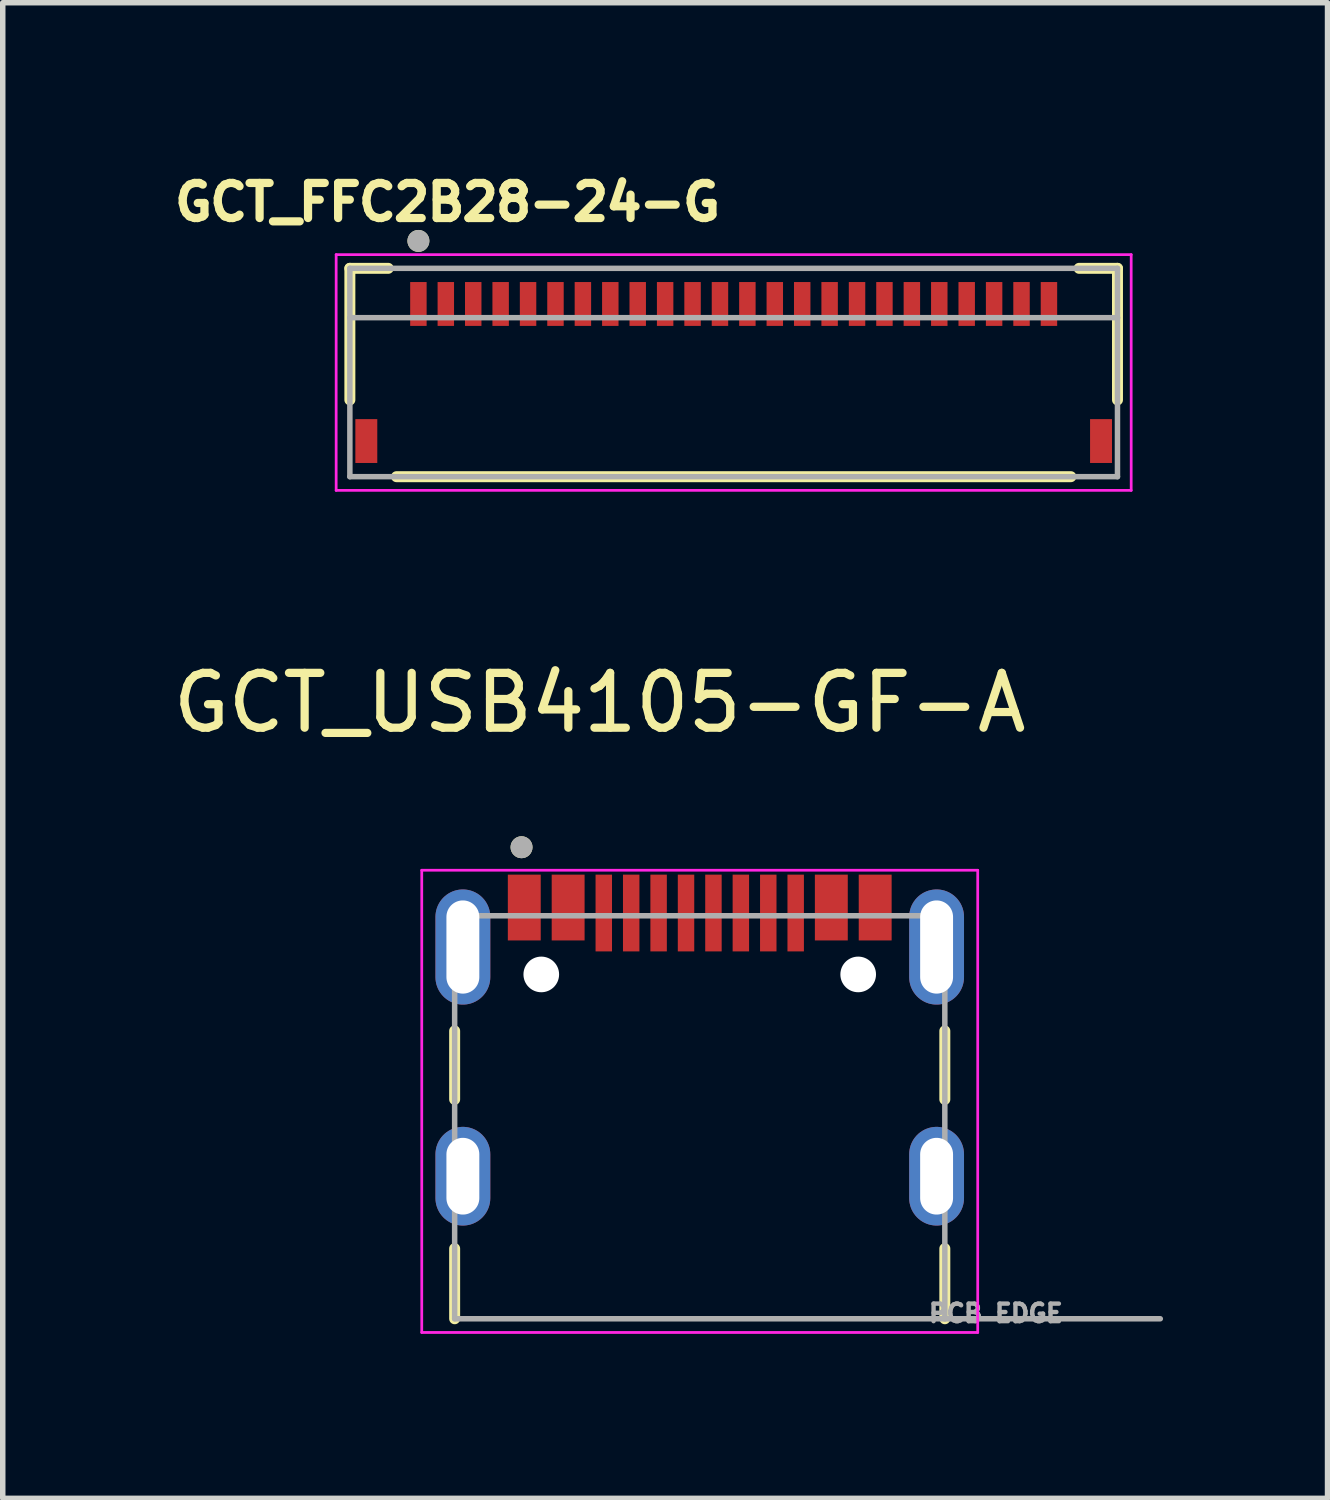
<source format=kicad_pcb>
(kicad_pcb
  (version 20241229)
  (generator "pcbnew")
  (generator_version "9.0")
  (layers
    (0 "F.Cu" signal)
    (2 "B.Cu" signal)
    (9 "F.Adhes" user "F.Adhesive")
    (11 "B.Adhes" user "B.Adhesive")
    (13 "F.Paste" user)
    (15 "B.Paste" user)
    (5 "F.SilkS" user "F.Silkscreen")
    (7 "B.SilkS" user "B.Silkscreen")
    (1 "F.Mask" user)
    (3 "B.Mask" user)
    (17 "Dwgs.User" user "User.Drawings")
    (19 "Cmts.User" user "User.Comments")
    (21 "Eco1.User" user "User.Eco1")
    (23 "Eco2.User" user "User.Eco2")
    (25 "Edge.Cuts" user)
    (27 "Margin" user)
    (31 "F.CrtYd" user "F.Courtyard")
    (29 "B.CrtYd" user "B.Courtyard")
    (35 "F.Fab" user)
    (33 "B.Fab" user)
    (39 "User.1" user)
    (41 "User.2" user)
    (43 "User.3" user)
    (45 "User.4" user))
  (footprint "GCT_FFC2B28-24-G"
    (layer "F.Cu")
    (at 10.331 3.744)
    (property "Reference" "GCT_FFC2B28-24-G" (at -5.218 -3.106 0) (layer "F.SilkS") (effects (font (size 0.64 0.64) (thickness 0.15))))
    (attr smd)
    (fp_line (start -7 -1.9) (end -6.3 -1.9) (stroke (width 0.2) (type solid)) (layer "F.SilkS"))
    (fp_line (start -7 0.5) (end -7 -1.9) (stroke (width 0.2) (type solid)) (layer "F.SilkS"))
    (fp_line (start -6.15 1.9) (end 6.15 1.9) (stroke (width 0.2) (type solid)) (layer "F.SilkS"))
    (fp_line (start 6.3 -1.9) (end 7 -1.9) (stroke (width 0.2) (type solid)) (layer "F.SilkS"))
    (fp_line (start 7 -1.9) (end 7 0.5) (stroke (width 0.2) (type solid)) (layer "F.SilkS"))
    (fp_circle (center -5.75 -2.4) (end -5.65 -2.4) (stroke (width 0.2) (type solid)) (fill no) (layer "F.SilkS"))
    (fp_line (start -7.25 -2.15) (end -7.25 2.15) (stroke (width 0.05) (type solid)) (layer "F.CrtYd"))
    (fp_line (start -7.25 2.15) (end 7.25 2.15) (stroke (width 0.05) (type solid)) (layer "F.CrtYd"))
    (fp_line (start 7.25 -2.15) (end -7.25 -2.15) (stroke (width 0.05) (type solid)) (layer "F.CrtYd"))
    (fp_line (start 7.25 2.15) (end 7.25 -2.15) (stroke (width 0.05) (type solid)) (layer "F.CrtYd"))
    (fp_line (start -7 -1.9) (end 7 -1.9) (stroke (width 0.1) (type solid)) (layer "F.Fab"))
    (fp_line (start -7 -1) (end -7 -1.9) (stroke (width 0.1) (type solid)) (layer "F.Fab"))
    (fp_line (start -7 -1) (end 7 -1) (stroke (width 0.1) (type solid)) (layer "F.Fab"))
    (fp_line (start -7 1.9) (end -7 -1) (stroke (width 0.1) (type solid)) (layer "F.Fab"))
    (fp_line (start 7 -1.9) (end 7 -1) (stroke (width 0.1) (type solid)) (layer "F.Fab"))
    (fp_line (start 7 -1) (end 7 1.9) (stroke (width 0.1) (type solid)) (layer "F.Fab"))
    (fp_line (start 7 1.9) (end -7 1.9) (stroke (width 0.1) (type solid)) (layer "F.Fab"))
    (fp_circle (center -5.75 -2.4) (end -5.65 -2.4) (stroke (width 0.2) (type solid)) (fill no) (layer "F.Fab"))
    (pad "1" smd rect (at -5.75 -1.25) (size 0.3 0.8) (layers "F.Cu" "F.Mask" "F.Paste"))
    (pad "2" smd rect (at -5.25 -1.25) (size 0.3 0.8) (layers "F.Cu" "F.Mask" "F.Paste"))
    (pad "3" smd rect (at -4.75 -1.25) (size 0.3 0.8) (layers "F.Cu" "F.Mask" "F.Paste"))
    (pad "4" smd rect (at -4.25 -1.25) (size 0.3 0.8) (layers "F.Cu" "F.Mask" "F.Paste"))
    (pad "5" smd rect (at -3.75 -1.25) (size 0.3 0.8) (layers "F.Cu" "F.Mask" "F.Paste"))
    (pad "6" smd rect (at -3.25 -1.25) (size 0.3 0.8) (layers "F.Cu" "F.Mask" "F.Paste"))
    (pad "7" smd rect (at -2.75 -1.25) (size 0.3 0.8) (layers "F.Cu" "F.Mask" "F.Paste"))
    (pad "8" smd rect (at -2.25 -1.25) (size 0.3 0.8) (layers "F.Cu" "F.Mask" "F.Paste"))
    (pad "9" smd rect (at -1.75 -1.25) (size 0.3 0.8) (layers "F.Cu" "F.Mask" "F.Paste"))
    (pad "10" smd rect (at -1.25 -1.25) (size 0.3 0.8) (layers "F.Cu" "F.Mask" "F.Paste"))
    (pad "11" smd rect (at -0.75 -1.25) (size 0.3 0.8) (layers "F.Cu" "F.Mask" "F.Paste"))
    (pad "12" smd rect (at -0.25 -1.25) (size 0.3 0.8) (layers "F.Cu" "F.Mask" "F.Paste"))
    (pad "13" smd rect (at 0.25 -1.25) (size 0.3 0.8) (layers "F.Cu" "F.Mask" "F.Paste"))
    (pad "14" smd rect (at 0.75 -1.25) (size 0.3 0.8) (layers "F.Cu" "F.Mask" "F.Paste"))
    (pad "15" smd rect (at 1.25 -1.25) (size 0.3 0.8) (layers "F.Cu" "F.Mask" "F.Paste"))
    (pad "16" smd rect (at 1.75 -1.25) (size 0.3 0.8) (layers "F.Cu" "F.Mask" "F.Paste"))
    (pad "17" smd rect (at 2.25 -1.25) (size 0.3 0.8) (layers "F.Cu" "F.Mask" "F.Paste"))
    (pad "18" smd rect (at 2.75 -1.25) (size 0.3 0.8) (layers "F.Cu" "F.Mask" "F.Paste"))
    (pad "19" smd rect (at 3.25 -1.25) (size 0.3 0.8) (layers "F.Cu" "F.Mask" "F.Paste"))
    (pad "20" smd rect (at 3.75 -1.25) (size 0.3 0.8) (layers "F.Cu" "F.Mask" "F.Paste"))
    (pad "21" smd rect (at 4.25 -1.25) (size 0.3 0.8) (layers "F.Cu" "F.Mask" "F.Paste"))
    (pad "22" smd rect (at 4.75 -1.25) (size 0.3 0.8) (layers "F.Cu" "F.Mask" "F.Paste"))
    (pad "23" smd rect (at 5.25 -1.25) (size 0.3 0.8) (layers "F.Cu" "F.Mask" "F.Paste"))
    (pad "24" smd rect (at 5.75 -1.25) (size 0.3 0.8) (layers "F.Cu" "F.Mask" "F.Paste"))
    (pad "S1" smd rect (at -6.7 1.25) (size 0.4 0.8) (layers "F.Cu" "F.Mask" "F.Paste"))
    (pad "S2" smd rect (at 6.7 1.25) (size 0.4 0.8) (layers "F.Cu" "F.Mask" "F.Paste")))
  (footprint "GCT_USB4105-GF-A"
    (layer "F.Cu")
    (at 9.712 18.402)
    (property "Reference" "GCT_USB4105-GF-A" (at -1.825 -8.635 0) (layer "F.SilkS") (effects (font (size 1 1) (thickness 0.15))))
    (attr smd)
    (fp_poly (pts (xy -3.55 -5.38) (xy -2.85 -5.38) (xy -2.85 -4.13) (xy -3.55 -4.13)) (stroke (width 0.01) (type solid)) (fill yes) (layer "F.Mask"))
    (fp_poly (pts (xy -2.75 -5.38) (xy -2.05 -5.38) (xy -2.05 -4.13) (xy -2.75 -4.13)) (stroke (width 0.01) (type solid)) (fill yes) (layer "F.Mask"))
    (fp_poly (pts (xy -1.95 -5.38) (xy -1.55 -5.38) (xy -1.55 -4.13) (xy -1.95 -4.13)) (stroke (width 0.01) (type solid)) (fill yes) (layer "F.Mask"))
    (fp_poly (pts (xy -1.45 -5.38) (xy -1.05 -5.38) (xy -1.05 -4.13) (xy -1.45 -4.13)) (stroke (width 0.01) (type solid)) (fill yes) (layer "F.Mask"))
    (fp_poly (pts (xy -0.95 -5.38) (xy -0.55 -5.38) (xy -0.55 -4.13) (xy -0.95 -4.13)) (stroke (width 0.01) (type solid)) (fill yes) (layer "F.Mask"))
    (fp_poly (pts (xy -0.45 -5.38) (xy -0.05 -5.38) (xy -0.05 -4.13) (xy -0.45 -4.13)) (stroke (width 0.01) (type solid)) (fill yes) (layer "F.Mask"))
    (fp_poly (pts (xy 0.05 -5.38) (xy 0.45 -5.38) (xy 0.45 -4.13) (xy 0.05 -4.13)) (stroke (width 0.01) (type solid)) (fill yes) (layer "F.Mask"))
    (fp_poly (pts (xy 0.55 -5.38) (xy 0.95 -5.38) (xy 0.95 -4.13) (xy 0.55 -4.13)) (stroke (width 0.01) (type solid)) (fill yes) (layer "F.Mask"))
    (fp_poly (pts (xy 1.05 -5.38) (xy 1.45 -5.38) (xy 1.45 -4.13) (xy 1.05 -4.13)) (stroke (width 0.01) (type solid)) (fill yes) (layer "F.Mask"))
    (fp_poly (pts (xy 1.55 -5.38) (xy 1.95 -5.38) (xy 1.95 -4.13) (xy 1.55 -4.13)) (stroke (width 0.01) (type solid)) (fill yes) (layer "F.Mask"))
    (fp_poly (pts (xy 2.05 -5.38) (xy 2.75 -5.38) (xy 2.75 -4.13) (xy 2.05 -4.13)) (stroke (width 0.01) (type solid)) (fill yes) (layer "F.Mask"))
    (fp_poly (pts (xy 2.85 -5.38) (xy 3.55 -5.38) (xy 3.55 -4.13) (xy 2.85 -4.13)) (stroke (width 0.01) (type solid)) (fill yes) (layer "F.Mask"))
    (fp_line (start -4.47 -2.65) (end -4.47 -1.4) (stroke (width 0.2) (type solid)) (layer "F.SilkS"))
    (fp_line (start -4.47 1.32) (end -4.47 2.6) (stroke (width 0.2) (type solid)) (layer "F.SilkS"))
    (fp_line (start 4.47 -2.65) (end 4.47 -1.4) (stroke (width 0.2) (type solid)) (layer "F.SilkS"))
    (fp_line (start 4.47 2.6) (end 4.47 1.32) (stroke (width 0.2) (type solid)) (layer "F.SilkS"))
    (fp_circle (center -3.25 -6) (end -3.15 -6) (stroke (width 0.2) (type solid)) (fill no) (layer "F.SilkS"))
    (fp_line (start -5.07 -5.58) (end -5.07 2.85) (stroke (width 0.05) (type solid)) (layer "F.CrtYd"))
    (fp_line (start -5.07 2.85) (end 5.07 2.85) (stroke (width 0.05) (type solid)) (layer "F.CrtYd"))
    (fp_line (start 5.07 -5.58) (end -5.07 -5.58) (stroke (width 0.05) (type solid)) (layer "F.CrtYd"))
    (fp_line (start 5.07 2.85) (end 5.07 -5.58) (stroke (width 0.05) (type solid)) (layer "F.CrtYd"))
    (fp_line (start -4.47 -4.75) (end 4.47 -4.75) (stroke (width 0.1) (type solid)) (layer "F.Fab"))
    (fp_line (start -4.47 2.6) (end -4.47 -4.75) (stroke (width 0.1) (type solid)) (layer "F.Fab"))
    (fp_line (start 4.47 -4.75) (end 4.47 2.6) (stroke (width 0.1) (type solid)) (layer "F.Fab"))
    (fp_line (start 4.47 2.6) (end -4.47 2.6) (stroke (width 0.1) (type solid)) (layer "F.Fab"))
    (fp_line (start 4.47 2.6) (end 8.4 2.6) (stroke (width 0.1) (type solid)) (layer "F.Fab"))
    (fp_circle (center -3.25 -6) (end -3.15 -6) (stroke (width 0.2) (type solid)) (fill no) (layer "F.Fab"))
    (fp_text user "PCB EDGE" (at 5.4 2.5 0) (layer "F.Fab") (effects (font (size 0.32 0.32) (thickness 0.15))))
    (pad "" np_thru_hole circle (at -2.89 -3.68) (size 0.65 0.65) (drill 0.65) (layers "*.Cu" "*.Mask"))
    (pad "" np_thru_hole circle (at 2.89 -3.68) (size 0.65 0.65) (drill 0.65) (layers "*.Cu" "*.Mask"))
    (pad "A1_B12" smd rect (at -3.2 -4.9) (size 0.6 1.2) (layers "F.Cu" "F.Paste"))
    (pad "A4_B9" smd rect (at -2.4 -4.9) (size 0.6 1.2) (layers "F.Cu" "F.Paste"))
    (pad "A5" smd rect (at -1.25 -4.8) (size 0.3 1.4) (layers "F.Cu" "F.Paste"))
    (pad "A6" smd rect (at -0.25 -4.8) (size 0.3 1.4) (layers "F.Cu" "F.Paste"))
    (pad "A7" smd rect (at 0.25 -4.8) (size 0.3 1.4) (layers "F.Cu" "F.Paste"))
    (pad "A8" smd rect (at 1.25 -4.8) (size 0.3 1.4) (layers "F.Cu" "F.Paste"))
    (pad "B1_A12" smd rect (at 3.2 -4.9) (size 0.6 1.2) (layers "F.Cu" "F.Paste"))
    (pad "B4_A9" smd rect (at 2.4 -4.9) (size 0.6 1.2) (layers "F.Cu" "F.Paste"))
    (pad "B5" smd rect (at 1.75 -4.8) (size 0.3 1.4) (layers "F.Cu" "F.Paste"))
    (pad "B6" smd rect (at 0.75 -4.8) (size 0.3 1.4) (layers "F.Cu" "F.Paste"))
    (pad "B7" smd rect (at -0.75 -4.8) (size 0.3 1.4) (layers "F.Cu" "F.Paste"))
    (pad "B8" smd rect (at -1.75 -4.8) (size 0.3 1.4) (layers "F.Cu" "F.Paste"))
    (pad "SH1" thru_hole oval (at -4.32 -4.18) (size 1 2.1) (drill oval 0.6 1.7) (layers "*.Cu" "*.Mask"))
    (pad "SH2" thru_hole oval (at 4.32 -4.18) (size 1 2.1) (drill oval 0.6 1.7) (layers "*.Cu" "*.Mask"))
    (pad "SH3" thru_hole oval (at -4.32 0) (size 1 1.8) (drill oval 0.6 1.4) (layers "*.Cu" "*.Mask"))
    (pad "SH4" thru_hole oval (at 4.32 0) (size 1 1.8) (drill oval 0.6 1.4) (layers "*.Cu" "*.Mask")))
  (gr_rect
    (start -3 -3)
    (end 21.162 24.277)
    (stroke (width 0.1) (type default))
    (fill no)
    (layer "Edge.Cuts")))
</source>
